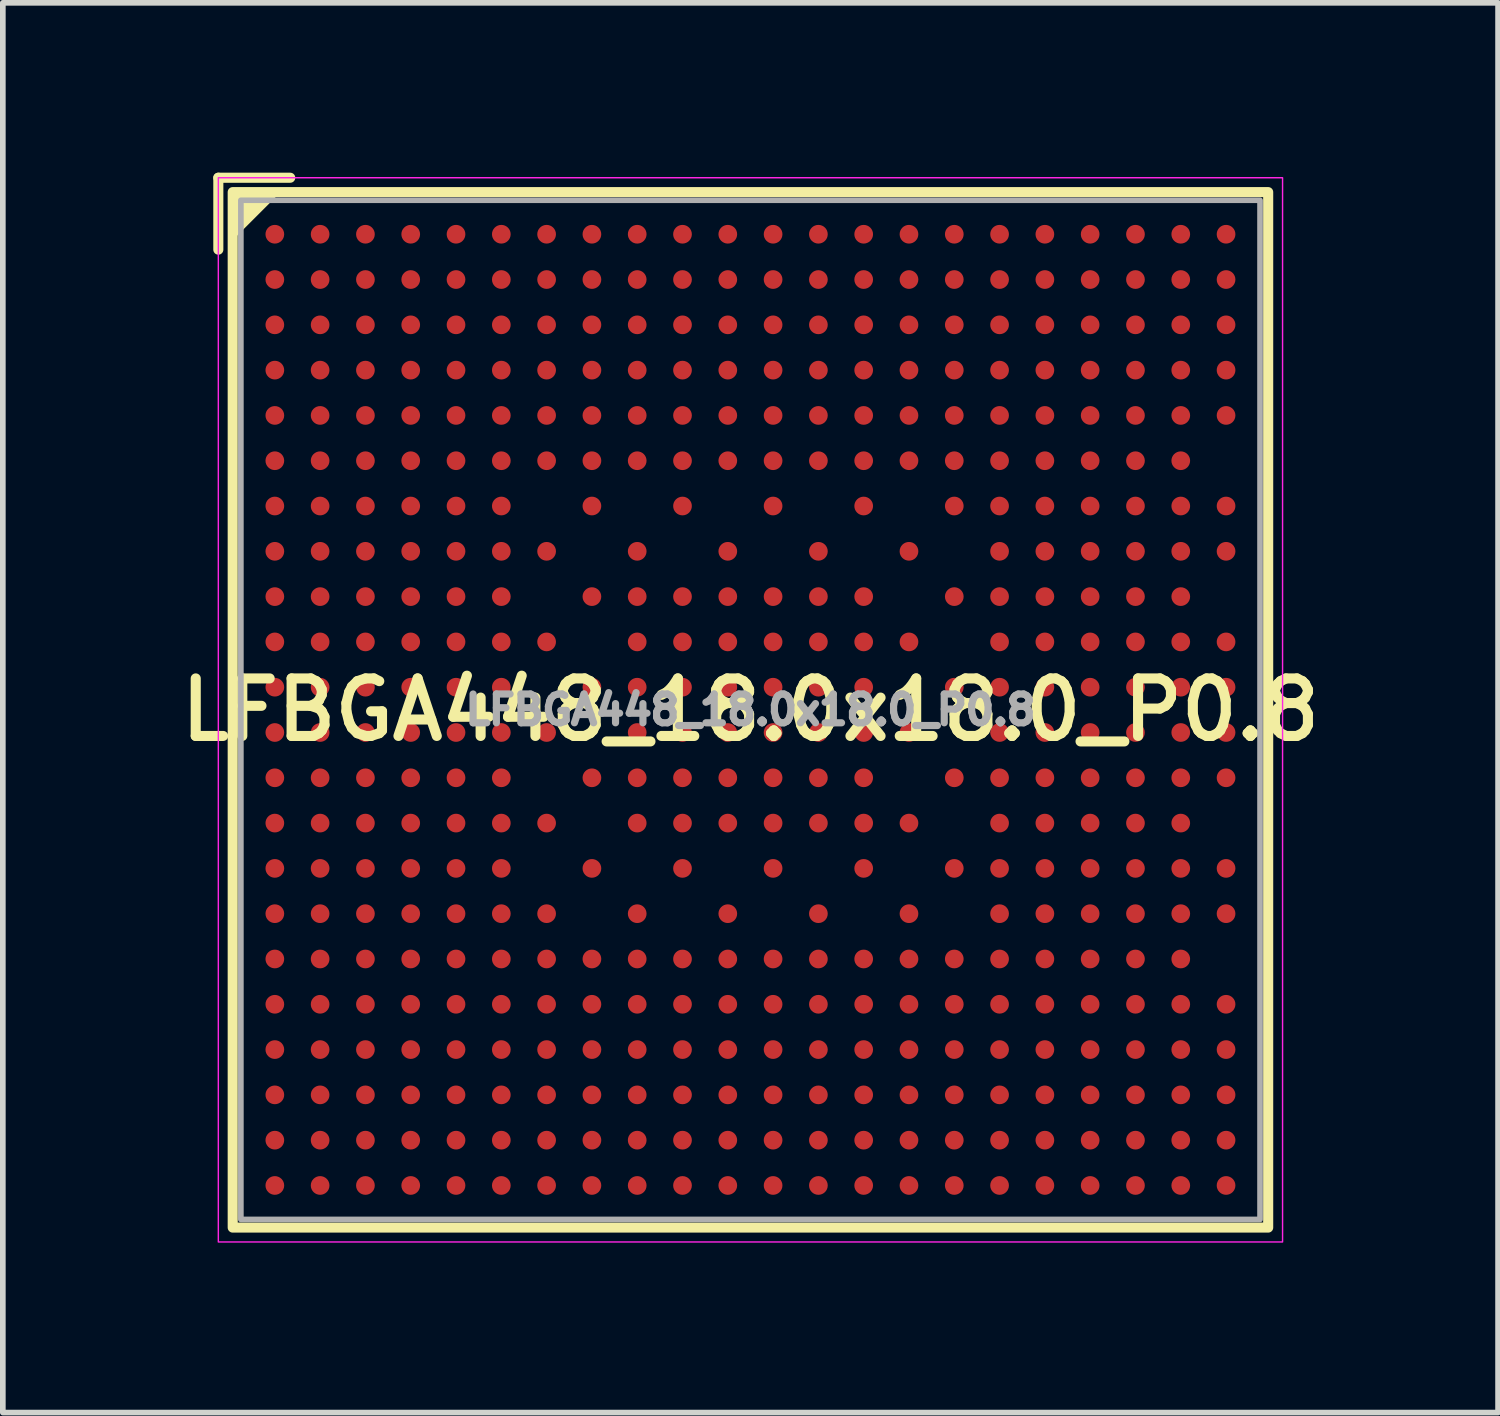
<source format=kicad_pcb>
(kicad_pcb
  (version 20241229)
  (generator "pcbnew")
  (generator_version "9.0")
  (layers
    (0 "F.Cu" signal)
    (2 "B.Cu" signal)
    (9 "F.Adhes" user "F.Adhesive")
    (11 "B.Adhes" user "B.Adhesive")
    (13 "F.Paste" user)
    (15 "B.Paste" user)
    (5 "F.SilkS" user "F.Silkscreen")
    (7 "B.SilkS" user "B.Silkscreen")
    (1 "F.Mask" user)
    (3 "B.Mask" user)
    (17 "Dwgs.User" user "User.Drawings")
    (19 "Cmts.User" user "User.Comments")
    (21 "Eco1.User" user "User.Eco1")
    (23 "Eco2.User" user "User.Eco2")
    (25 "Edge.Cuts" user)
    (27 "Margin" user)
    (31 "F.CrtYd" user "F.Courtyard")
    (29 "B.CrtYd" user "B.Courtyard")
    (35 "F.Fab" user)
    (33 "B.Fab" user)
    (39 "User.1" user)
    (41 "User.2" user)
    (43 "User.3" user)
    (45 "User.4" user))
  (footprint "LFBGA448_18.0x18.0_P0.8"
    (layer "F.Cu")
    (at 10.204 9.487)
    (property "Reference" "LFBGA448_18.0x18.0_P0.8" (at 0 0 0) (layer "F.SilkS") (effects (font (size 1.016 1.016) (thickness 0.178))))
    (attr smd)
    (fp_line (start -9.398 -8.128) (end -9.398 -9.398) (stroke (width 0.178) (type solid)) (layer "F.SilkS"))
    (fp_line (start -8.128 -9.398) (end -9.398 -9.398) (stroke (width 0.178) (type solid)) (layer "F.SilkS"))
    (fp_rect (start -9.144 9.144) (end 9.144 -9.144) (stroke (width 0.178) (type solid)) (fill no) (layer "F.SilkS"))
    (fp_poly (pts (xy -9.144 -8.382) (xy -9.144 -9.144) (xy -8.382 -9.144)) (stroke (width 0.12) (type solid)) (fill yes) (layer "F.SilkS"))
    (fp_rect (start 9.398 -9.398) (end -9.398 9.398) (stroke (width 0.025) (type solid)) (fill no) (layer "F.CrtYd"))
    (fp_rect (start -9 9) (end 9 -9) (stroke (width 0.1) (type solid)) (fill no) (layer "F.Fab"))
    (fp_text user "${REFERENCE}" (at 0 0 0) (layer "F.Fab") (effects (font (size 0.508 0.508) (thickness 0.127))))
    (pad "A1" smd circle (at -8.4 -8.4) (size 0.33 0.33) (layers "F.Cu" "F.Mask" "F.Paste"))
    (pad "A2" smd circle (at -7.6 -8.4) (size 0.33 0.33) (layers "F.Cu" "F.Mask" "F.Paste"))
    (pad "A3" smd circle (at -6.8 -8.4) (size 0.33 0.33) (layers "F.Cu" "F.Mask" "F.Paste"))
    (pad "A4" smd circle (at -6 -8.4) (size 0.33 0.33) (layers "F.Cu" "F.Mask" "F.Paste"))
    (pad "A5" smd circle (at -5.2 -8.4) (size 0.33 0.33) (layers "F.Cu" "F.Mask" "F.Paste"))
    (pad "A6" smd circle (at -4.4 -8.4) (size 0.33 0.33) (layers "F.Cu" "F.Mask" "F.Paste"))
    (pad "A7" smd circle (at -3.6 -8.4) (size 0.33 0.33) (layers "F.Cu" "F.Mask" "F.Paste"))
    (pad "A8" smd circle (at -2.8 -8.4) (size 0.33 0.33) (layers "F.Cu" "F.Mask" "F.Paste"))
    (pad "A9" smd circle (at -2 -8.4) (size 0.33 0.33) (layers "F.Cu" "F.Mask" "F.Paste"))
    (pad "A10" smd circle (at -1.2 -8.4) (size 0.33 0.33) (layers "F.Cu" "F.Mask" "F.Paste"))
    (pad "A11" smd circle (at -0.4 -8.4) (size 0.33 0.33) (layers "F.Cu" "F.Mask" "F.Paste"))
    (pad "A12" smd circle (at 0.4 -8.4) (size 0.33 0.33) (layers "F.Cu" "F.Mask" "F.Paste"))
    (pad "A13" smd circle (at 1.2 -8.4) (size 0.33 0.33) (layers "F.Cu" "F.Mask" "F.Paste"))
    (pad "A14" smd circle (at 2 -8.4) (size 0.33 0.33) (layers "F.Cu" "F.Mask" "F.Paste"))
    (pad "A15" smd circle (at 2.8 -8.4) (size 0.33 0.33) (layers "F.Cu" "F.Mask" "F.Paste"))
    (pad "A16" smd circle (at 3.6 -8.4) (size 0.33 0.33) (layers "F.Cu" "F.Mask" "F.Paste"))
    (pad "A17" smd circle (at 4.4 -8.4) (size 0.33 0.33) (layers "F.Cu" "F.Mask" "F.Paste"))
    (pad "A18" smd circle (at 5.2 -8.4) (size 0.33 0.33) (layers "F.Cu" "F.Mask" "F.Paste"))
    (pad "A19" smd circle (at 6 -8.4) (size 0.33 0.33) (layers "F.Cu" "F.Mask" "F.Paste"))
    (pad "A20" smd circle (at 6.8 -8.4) (size 0.33 0.33) (layers "F.Cu" "F.Mask" "F.Paste"))
    (pad "A21" smd circle (at 7.6 -8.4) (size 0.33 0.33) (layers "F.Cu" "F.Mask" "F.Paste"))
    (pad "A22" smd circle (at 8.4 -8.4) (size 0.33 0.33) (layers "F.Cu" "F.Mask" "F.Paste"))
    (pad "AA1" smd circle (at -8.4 7.6) (size 0.33 0.33) (layers "F.Cu" "F.Mask" "F.Paste"))
    (pad "AA2" smd circle (at -7.6 7.6) (size 0.33 0.33) (layers "F.Cu" "F.Mask" "F.Paste"))
    (pad "AA3" smd circle (at -6.8 7.6) (size 0.33 0.33) (layers "F.Cu" "F.Mask" "F.Paste"))
    (pad "AA4" smd circle (at -6 7.6) (size 0.33 0.33) (layers "F.Cu" "F.Mask" "F.Paste"))
    (pad "AA5" smd circle (at -5.2 7.6) (size 0.33 0.33) (layers "F.Cu" "F.Mask" "F.Paste"))
    (pad "AA6" smd circle (at -4.4 7.6) (size 0.33 0.33) (layers "F.Cu" "F.Mask" "F.Paste"))
    (pad "AA7" smd circle (at -3.6 7.6) (size 0.33 0.33) (layers "F.Cu" "F.Mask" "F.Paste"))
    (pad "AA8" smd circle (at -2.8 7.6) (size 0.33 0.33) (layers "F.Cu" "F.Mask" "F.Paste"))
    (pad "AA9" smd circle (at -2 7.6) (size 0.33 0.33) (layers "F.Cu" "F.Mask" "F.Paste"))
    (pad "AA10" smd circle (at -1.2 7.6) (size 0.33 0.33) (layers "F.Cu" "F.Mask" "F.Paste"))
    (pad "AA11" smd circle (at -0.4 7.6) (size 0.33 0.33) (layers "F.Cu" "F.Mask" "F.Paste"))
    (pad "AA12" smd circle (at 0.4 7.6) (size 0.33 0.33) (layers "F.Cu" "F.Mask" "F.Paste"))
    (pad "AA13" smd circle (at 1.2 7.6) (size 0.33 0.33) (layers "F.Cu" "F.Mask" "F.Paste"))
    (pad "AA14" smd circle (at 2 7.6) (size 0.33 0.33) (layers "F.Cu" "F.Mask" "F.Paste"))
    (pad "AA15" smd circle (at 2.8 7.6) (size 0.33 0.33) (layers "F.Cu" "F.Mask" "F.Paste"))
    (pad "AA16" smd circle (at 3.6 7.6) (size 0.33 0.33) (layers "F.Cu" "F.Mask" "F.Paste"))
    (pad "AA17" smd circle (at 4.4 7.6) (size 0.33 0.33) (layers "F.Cu" "F.Mask" "F.Paste"))
    (pad "AA18" smd circle (at 5.2 7.6) (size 0.33 0.33) (layers "F.Cu" "F.Mask" "F.Paste"))
    (pad "AA19" smd circle (at 6 7.6) (size 0.33 0.33) (layers "F.Cu" "F.Mask" "F.Paste"))
    (pad "AA20" smd circle (at 6.8 7.6) (size 0.33 0.33) (layers "F.Cu" "F.Mask" "F.Paste"))
    (pad "AA21" smd circle (at 7.6 7.6) (size 0.33 0.33) (layers "F.Cu" "F.Mask" "F.Paste"))
    (pad "AA22" smd circle (at 8.4 7.6) (size 0.33 0.33) (layers "F.Cu" "F.Mask" "F.Paste"))
    (pad "AB1" smd circle (at -8.4 8.4) (size 0.33 0.33) (layers "F.Cu" "F.Mask" "F.Paste"))
    (pad "AB2" smd circle (at -7.6 8.4) (size 0.33 0.33) (layers "F.Cu" "F.Mask" "F.Paste"))
    (pad "AB3" smd circle (at -6.8 8.4) (size 0.33 0.33) (layers "F.Cu" "F.Mask" "F.Paste"))
    (pad "AB4" smd circle (at -6 8.4) (size 0.33 0.33) (layers "F.Cu" "F.Mask" "F.Paste"))
    (pad "AB5" smd circle (at -5.2 8.4) (size 0.33 0.33) (layers "F.Cu" "F.Mask" "F.Paste"))
    (pad "AB6" smd circle (at -4.4 8.4) (size 0.33 0.33) (layers "F.Cu" "F.Mask" "F.Paste"))
    (pad "AB7" smd circle (at -3.6 8.4) (size 0.33 0.33) (layers "F.Cu" "F.Mask" "F.Paste"))
    (pad "AB8" smd circle (at -2.8 8.4) (size 0.33 0.33) (layers "F.Cu" "F.Mask" "F.Paste"))
    (pad "AB9" smd circle (at -2 8.4) (size 0.33 0.33) (layers "F.Cu" "F.Mask" "F.Paste"))
    (pad "AB10" smd circle (at -1.2 8.4) (size 0.33 0.33) (layers "F.Cu" "F.Mask" "F.Paste"))
    (pad "AB11" smd circle (at -0.4 8.4) (size 0.33 0.33) (layers "F.Cu" "F.Mask" "F.Paste"))
    (pad "AB12" smd circle (at 0.4 8.4) (size 0.33 0.33) (layers "F.Cu" "F.Mask" "F.Paste"))
    (pad "AB13" smd circle (at 1.2 8.4) (size 0.33 0.33) (layers "F.Cu" "F.Mask" "F.Paste"))
    (pad "AB14" smd circle (at 2 8.4) (size 0.33 0.33) (layers "F.Cu" "F.Mask" "F.Paste"))
    (pad "AB15" smd circle (at 2.8 8.4) (size 0.33 0.33) (layers "F.Cu" "F.Mask" "F.Paste"))
    (pad "AB16" smd circle (at 3.6 8.4) (size 0.33 0.33) (layers "F.Cu" "F.Mask" "F.Paste"))
    (pad "AB17" smd circle (at 4.4 8.4) (size 0.33 0.33) (layers "F.Cu" "F.Mask" "F.Paste"))
    (pad "AB18" smd circle (at 5.2 8.4) (size 0.33 0.33) (layers "F.Cu" "F.Mask" "F.Paste"))
    (pad "AB19" smd circle (at 6 8.4) (size 0.33 0.33) (layers "F.Cu" "F.Mask" "F.Paste"))
    (pad "AB20" smd circle (at 6.8 8.4) (size 0.33 0.33) (layers "F.Cu" "F.Mask" "F.Paste"))
    (pad "AB21" smd circle (at 7.6 8.4) (size 0.33 0.33) (layers "F.Cu" "F.Mask" "F.Paste"))
    (pad "AB22" smd circle (at 8.4 8.4) (size 0.33 0.33) (layers "F.Cu" "F.Mask" "F.Paste"))
    (pad "B1" smd circle (at -8.4 -7.6) (size 0.33 0.33) (layers "F.Cu" "F.Mask" "F.Paste"))
    (pad "B2" smd circle (at -7.6 -7.6) (size 0.33 0.33) (layers "F.Cu" "F.Mask" "F.Paste"))
    (pad "B3" smd circle (at -6.8 -7.6) (size 0.33 0.33) (layers "F.Cu" "F.Mask" "F.Paste"))
    (pad "B4" smd circle (at -6 -7.6) (size 0.33 0.33) (layers "F.Cu" "F.Mask" "F.Paste"))
    (pad "B5" smd circle (at -5.2 -7.6) (size 0.33 0.33) (layers "F.Cu" "F.Mask" "F.Paste"))
    (pad "B6" smd circle (at -4.4 -7.6) (size 0.33 0.33) (layers "F.Cu" "F.Mask" "F.Paste"))
    (pad "B7" smd circle (at -3.6 -7.6) (size 0.33 0.33) (layers "F.Cu" "F.Mask" "F.Paste"))
    (pad "B8" smd circle (at -2.8 -7.6) (size 0.33 0.33) (layers "F.Cu" "F.Mask" "F.Paste"))
    (pad "B9" smd circle (at -2 -7.6) (size 0.33 0.33) (layers "F.Cu" "F.Mask" "F.Paste"))
    (pad "B10" smd circle (at -1.2 -7.6) (size 0.33 0.33) (layers "F.Cu" "F.Mask" "F.Paste"))
    (pad "B11" smd circle (at -0.4 -7.6) (size 0.33 0.33) (layers "F.Cu" "F.Mask" "F.Paste"))
    (pad "B12" smd circle (at 0.4 -7.6) (size 0.33 0.33) (layers "F.Cu" "F.Mask" "F.Paste"))
    (pad "B13" smd circle (at 1.2 -7.6) (size 0.33 0.33) (layers "F.Cu" "F.Mask" "F.Paste"))
    (pad "B14" smd circle (at 2 -7.6) (size 0.33 0.33) (layers "F.Cu" "F.Mask" "F.Paste"))
    (pad "B15" smd circle (at 2.8 -7.6) (size 0.33 0.33) (layers "F.Cu" "F.Mask" "F.Paste"))
    (pad "B16" smd circle (at 3.6 -7.6) (size 0.33 0.33) (layers "F.Cu" "F.Mask" "F.Paste"))
    (pad "B17" smd circle (at 4.4 -7.6) (size 0.33 0.33) (layers "F.Cu" "F.Mask" "F.Paste"))
    (pad "B18" smd circle (at 5.2 -7.6) (size 0.33 0.33) (layers "F.Cu" "F.Mask" "F.Paste"))
    (pad "B19" smd circle (at 6 -7.6) (size 0.33 0.33) (layers "F.Cu" "F.Mask" "F.Paste"))
    (pad "B20" smd circle (at 6.8 -7.6) (size 0.33 0.33) (layers "F.Cu" "F.Mask" "F.Paste"))
    (pad "B21" smd circle (at 7.6 -7.6) (size 0.33 0.33) (layers "F.Cu" "F.Mask" "F.Paste"))
    (pad "B22" smd circle (at 8.4 -7.6) (size 0.33 0.33) (layers "F.Cu" "F.Mask" "F.Paste"))
    (pad "C1" smd circle (at -8.4 -6.8) (size 0.33 0.33) (layers "F.Cu" "F.Mask" "F.Paste"))
    (pad "C2" smd circle (at -7.6 -6.8) (size 0.33 0.33) (layers "F.Cu" "F.Mask" "F.Paste"))
    (pad "C3" smd circle (at -6.8 -6.8) (size 0.33 0.33) (layers "F.Cu" "F.Mask" "F.Paste"))
    (pad "C4" smd circle (at -6 -6.8) (size 0.33 0.33) (layers "F.Cu" "F.Mask" "F.Paste"))
    (pad "C5" smd circle (at -5.2 -6.8) (size 0.33 0.33) (layers "F.Cu" "F.Mask" "F.Paste"))
    (pad "C6" smd circle (at -4.4 -6.8) (size 0.33 0.33) (layers "F.Cu" "F.Mask" "F.Paste"))
    (pad "C7" smd circle (at -3.6 -6.8) (size 0.33 0.33) (layers "F.Cu" "F.Mask" "F.Paste"))
    (pad "C8" smd circle (at -2.8 -6.8) (size 0.33 0.33) (layers "F.Cu" "F.Mask" "F.Paste"))
    (pad "C9" smd circle (at -2 -6.8) (size 0.33 0.33) (layers "F.Cu" "F.Mask" "F.Paste"))
    (pad "C10" smd circle (at -1.2 -6.8) (size 0.33 0.33) (layers "F.Cu" "F.Mask" "F.Paste"))
    (pad "C11" smd circle (at -0.4 -6.8) (size 0.33 0.33) (layers "F.Cu" "F.Mask" "F.Paste"))
    (pad "C12" smd circle (at 0.4 -6.8) (size 0.33 0.33) (layers "F.Cu" "F.Mask" "F.Paste"))
    (pad "C13" smd circle (at 1.2 -6.8) (size 0.33 0.33) (layers "F.Cu" "F.Mask" "F.Paste"))
    (pad "C14" smd circle (at 2 -6.8) (size 0.33 0.33) (layers "F.Cu" "F.Mask" "F.Paste"))
    (pad "C15" smd circle (at 2.8 -6.8) (size 0.33 0.33) (layers "F.Cu" "F.Mask" "F.Paste"))
    (pad "C16" smd circle (at 3.6 -6.8) (size 0.33 0.33) (layers "F.Cu" "F.Mask" "F.Paste"))
    (pad "C17" smd circle (at 4.4 -6.8) (size 0.33 0.33) (layers "F.Cu" "F.Mask" "F.Paste"))
    (pad "C18" smd circle (at 5.2 -6.8) (size 0.33 0.33) (layers "F.Cu" "F.Mask" "F.Paste"))
    (pad "C19" smd circle (at 6 -6.8) (size 0.33 0.33) (layers "F.Cu" "F.Mask" "F.Paste"))
    (pad "C20" smd circle (at 6.8 -6.8) (size 0.33 0.33) (layers "F.Cu" "F.Mask" "F.Paste"))
    (pad "C21" smd circle (at 7.6 -6.8) (size 0.33 0.33) (layers "F.Cu" "F.Mask" "F.Paste"))
    (pad "C22" smd circle (at 8.4 -6.8) (size 0.33 0.33) (layers "F.Cu" "F.Mask" "F.Paste"))
    (pad "D1" smd circle (at -8.4 -6) (size 0.33 0.33) (layers "F.Cu" "F.Mask" "F.Paste"))
    (pad "D2" smd circle (at -7.6 -6) (size 0.33 0.33) (layers "F.Cu" "F.Mask" "F.Paste"))
    (pad "D3" smd circle (at -6.8 -6) (size 0.33 0.33) (layers "F.Cu" "F.Mask" "F.Paste"))
    (pad "D4" smd circle (at -6 -6) (size 0.33 0.33) (layers "F.Cu" "F.Mask" "F.Paste"))
    (pad "D5" smd circle (at -5.2 -6) (size 0.33 0.33) (layers "F.Cu" "F.Mask" "F.Paste"))
    (pad "D6" smd circle (at -4.4 -6) (size 0.33 0.33) (layers "F.Cu" "F.Mask" "F.Paste"))
    (pad "D7" smd circle (at -3.6 -6) (size 0.33 0.33) (layers "F.Cu" "F.Mask" "F.Paste"))
    (pad "D8" smd circle (at -2.8 -6) (size 0.33 0.33) (layers "F.Cu" "F.Mask" "F.Paste"))
    (pad "D9" smd circle (at -2 -6) (size 0.33 0.33) (layers "F.Cu" "F.Mask" "F.Paste"))
    (pad "D10" smd circle (at -1.2 -6) (size 0.33 0.33) (layers "F.Cu" "F.Mask" "F.Paste"))
    (pad "D11" smd circle (at -0.4 -6) (size 0.33 0.33) (layers "F.Cu" "F.Mask" "F.Paste"))
    (pad "D12" smd circle (at 0.4 -6) (size 0.33 0.33) (layers "F.Cu" "F.Mask" "F.Paste"))
    (pad "D13" smd circle (at 1.2 -6) (size 0.33 0.33) (layers "F.Cu" "F.Mask" "F.Paste"))
    (pad "D14" smd circle (at 2 -6) (size 0.33 0.33) (layers "F.Cu" "F.Mask" "F.Paste"))
    (pad "D15" smd circle (at 2.8 -6) (size 0.33 0.33) (layers "F.Cu" "F.Mask" "F.Paste"))
    (pad "D16" smd circle (at 3.6 -6) (size 0.33 0.33) (layers "F.Cu" "F.Mask" "F.Paste"))
    (pad "D17" smd circle (at 4.4 -6) (size 0.33 0.33) (layers "F.Cu" "F.Mask" "F.Paste"))
    (pad "D18" smd circle (at 5.2 -6) (size 0.33 0.33) (layers "F.Cu" "F.Mask" "F.Paste"))
    (pad "D19" smd circle (at 6 -6) (size 0.33 0.33) (layers "F.Cu" "F.Mask" "F.Paste"))
    (pad "D20" smd circle (at 6.8 -6) (size 0.33 0.33) (layers "F.Cu" "F.Mask" "F.Paste"))
    (pad "D21" smd circle (at 7.6 -6) (size 0.33 0.33) (layers "F.Cu" "F.Mask" "F.Paste"))
    (pad "D22" smd circle (at 8.4 -6) (size 0.33 0.33) (layers "F.Cu" "F.Mask" "F.Paste"))
    (pad "E1" smd circle (at -8.4 -5.2) (size 0.33 0.33) (layers "F.Cu" "F.Mask" "F.Paste"))
    (pad "E2" smd circle (at -7.6 -5.2) (size 0.33 0.33) (layers "F.Cu" "F.Mask" "F.Paste"))
    (pad "E3" smd circle (at -6.8 -5.2) (size 0.33 0.33) (layers "F.Cu" "F.Mask" "F.Paste"))
    (pad "E4" smd circle (at -6 -5.2) (size 0.33 0.33) (layers "F.Cu" "F.Mask" "F.Paste"))
    (pad "E5" smd circle (at -5.2 -5.2) (size 0.33 0.33) (layers "F.Cu" "F.Mask" "F.Paste"))
    (pad "E6" smd circle (at -4.4 -5.2) (size 0.33 0.33) (layers "F.Cu" "F.Mask" "F.Paste"))
    (pad "E7" smd circle (at -3.6 -5.2) (size 0.33 0.33) (layers "F.Cu" "F.Mask" "F.Paste"))
    (pad "E8" smd circle (at -2.8 -5.2) (size 0.33 0.33) (layers "F.Cu" "F.Mask" "F.Paste"))
    (pad "E9" smd circle (at -2 -5.2) (size 0.33 0.33) (layers "F.Cu" "F.Mask" "F.Paste"))
    (pad "E10" smd circle (at -1.2 -5.2) (size 0.33 0.33) (layers "F.Cu" "F.Mask" "F.Paste"))
    (pad "E11" smd circle (at -0.4 -5.2) (size 0.33 0.33) (layers "F.Cu" "F.Mask" "F.Paste"))
    (pad "E12" smd circle (at 0.4 -5.2) (size 0.33 0.33) (layers "F.Cu" "F.Mask" "F.Paste"))
    (pad "E13" smd circle (at 1.2 -5.2) (size 0.33 0.33) (layers "F.Cu" "F.Mask" "F.Paste"))
    (pad "E14" smd circle (at 2 -5.2) (size 0.33 0.33) (layers "F.Cu" "F.Mask" "F.Paste"))
    (pad "E15" smd circle (at 2.8 -5.2) (size 0.33 0.33) (layers "F.Cu" "F.Mask" "F.Paste"))
    (pad "E16" smd circle (at 3.6 -5.2) (size 0.33 0.33) (layers "F.Cu" "F.Mask" "F.Paste"))
    (pad "E17" smd circle (at 4.4 -5.2) (size 0.33 0.33) (layers "F.Cu" "F.Mask" "F.Paste"))
    (pad "E18" smd circle (at 5.2 -5.2) (size 0.33 0.33) (layers "F.Cu" "F.Mask" "F.Paste"))
    (pad "E19" smd circle (at 6 -5.2) (size 0.33 0.33) (layers "F.Cu" "F.Mask" "F.Paste"))
    (pad "E20" smd circle (at 6.8 -5.2) (size 0.33 0.33) (layers "F.Cu" "F.Mask" "F.Paste"))
    (pad "E21" smd circle (at 7.6 -5.2) (size 0.33 0.33) (layers "F.Cu" "F.Mask" "F.Paste"))
    (pad "E22" smd circle (at 8.4 -5.2) (size 0.33 0.33) (layers "F.Cu" "F.Mask" "F.Paste"))
    (pad "F1" smd circle (at -8.4 -4.4) (size 0.33 0.33) (layers "F.Cu" "F.Mask" "F.Paste"))
    (pad "F2" smd circle (at -7.6 -4.4) (size 0.33 0.33) (layers "F.Cu" "F.Mask" "F.Paste"))
    (pad "F3" smd circle (at -6.8 -4.4) (size 0.33 0.33) (layers "F.Cu" "F.Mask" "F.Paste"))
    (pad "F4" smd circle (at -6 -4.4) (size 0.33 0.33) (layers "F.Cu" "F.Mask" "F.Paste"))
    (pad "F5" smd circle (at -5.2 -4.4) (size 0.33 0.33) (layers "F.Cu" "F.Mask" "F.Paste"))
    (pad "F6" smd circle (at -4.4 -4.4) (size 0.33 0.33) (layers "F.Cu" "F.Mask" "F.Paste"))
    (pad "F7" smd circle (at -3.6 -4.4) (size 0.33 0.33) (layers "F.Cu" "F.Mask" "F.Paste"))
    (pad "F8" smd circle (at -2.8 -4.4) (size 0.33 0.33) (layers "F.Cu" "F.Mask" "F.Paste"))
    (pad "F9" smd circle (at -2 -4.4) (size 0.33 0.33) (layers "F.Cu" "F.Mask" "F.Paste"))
    (pad "F10" smd circle (at -1.2 -4.4) (size 0.33 0.33) (layers "F.Cu" "F.Mask" "F.Paste"))
    (pad "F11" smd circle (at -0.4 -4.4) (size 0.33 0.33) (layers "F.Cu" "F.Mask" "F.Paste"))
    (pad "F12" smd circle (at 0.4 -4.4) (size 0.33 0.33) (layers "F.Cu" "F.Mask" "F.Paste"))
    (pad "F13" smd circle (at 1.2 -4.4) (size 0.33 0.33) (layers "F.Cu" "F.Mask" "F.Paste"))
    (pad "F14" smd circle (at 2 -4.4) (size 0.33 0.33) (layers "F.Cu" "F.Mask" "F.Paste"))
    (pad "F15" smd circle (at 2.8 -4.4) (size 0.33 0.33) (layers "F.Cu" "F.Mask" "F.Paste"))
    (pad "F16" smd circle (at 3.6 -4.4) (size 0.33 0.33) (layers "F.Cu" "F.Mask" "F.Paste"))
    (pad "F17" smd circle (at 4.4 -4.4) (size 0.33 0.33) (layers "F.Cu" "F.Mask" "F.Paste"))
    (pad "F18" smd circle (at 5.2 -4.4) (size 0.33 0.33) (layers "F.Cu" "F.Mask" "F.Paste"))
    (pad "F19" smd circle (at 6 -4.4) (size 0.33 0.33) (layers "F.Cu" "F.Mask" "F.Paste"))
    (pad "F20" smd circle (at 6.8 -4.4) (size 0.33 0.33) (layers "F.Cu" "F.Mask" "F.Paste"))
    (pad "F21" smd circle (at 7.6 -4.4) (size 0.33 0.33) (layers "F.Cu" "F.Mask" "F.Paste"))
    (pad "G1" smd circle (at -8.4 -3.6) (size 0.33 0.33) (layers "F.Cu" "F.Mask" "F.Paste"))
    (pad "G2" smd circle (at -7.6 -3.6) (size 0.33 0.33) (layers "F.Cu" "F.Mask" "F.Paste"))
    (pad "G3" smd circle (at -6.8 -3.6) (size 0.33 0.33) (layers "F.Cu" "F.Mask" "F.Paste"))
    (pad "G4" smd circle (at -6 -3.6) (size 0.33 0.33) (layers "F.Cu" "F.Mask" "F.Paste"))
    (pad "G5" smd circle (at -5.2 -3.6) (size 0.33 0.33) (layers "F.Cu" "F.Mask" "F.Paste"))
    (pad "G6" smd circle (at -4.4 -3.6) (size 0.33 0.33) (layers "F.Cu" "F.Mask" "F.Paste"))
    (pad "G8" smd circle (at -2.8 -3.6) (size 0.33 0.33) (layers "F.Cu" "F.Mask" "F.Paste"))
    (pad "G10" smd circle (at -1.2 -3.6) (size 0.33 0.33) (layers "F.Cu" "F.Mask" "F.Paste"))
    (pad "G12" smd circle (at 0.4 -3.6) (size 0.33 0.33) (layers "F.Cu" "F.Mask" "F.Paste"))
    (pad "G14" smd circle (at 2 -3.6) (size 0.33 0.33) (layers "F.Cu" "F.Mask" "F.Paste"))
    (pad "G16" smd circle (at 3.6 -3.6) (size 0.33 0.33) (layers "F.Cu" "F.Mask" "F.Paste"))
    (pad "G17" smd circle (at 4.4 -3.6) (size 0.33 0.33) (layers "F.Cu" "F.Mask" "F.Paste"))
    (pad "G18" smd circle (at 5.2 -3.6) (size 0.33 0.33) (layers "F.Cu" "F.Mask" "F.Paste"))
    (pad "G19" smd circle (at 6 -3.6) (size 0.33 0.33) (layers "F.Cu" "F.Mask" "F.Paste"))
    (pad "G20" smd circle (at 6.8 -3.6) (size 0.33 0.33) (layers "F.Cu" "F.Mask" "F.Paste"))
    (pad "G21" smd circle (at 7.6 -3.6) (size 0.33 0.33) (layers "F.Cu" "F.Mask" "F.Paste"))
    (pad "G22" smd circle (at 8.4 -3.6) (size 0.33 0.33) (layers "F.Cu" "F.Mask" "F.Paste"))
    (pad "H1" smd circle (at -8.4 -2.8) (size 0.33 0.33) (layers "F.Cu" "F.Mask" "F.Paste"))
    (pad "H2" smd circle (at -7.6 -2.8) (size 0.33 0.33) (layers "F.Cu" "F.Mask" "F.Paste"))
    (pad "H3" smd circle (at -6.8 -2.8) (size 0.33 0.33) (layers "F.Cu" "F.Mask" "F.Paste"))
    (pad "H4" smd circle (at -6 -2.8) (size 0.33 0.33) (layers "F.Cu" "F.Mask" "F.Paste"))
    (pad "H5" smd circle (at -5.2 -2.8) (size 0.33 0.33) (layers "F.Cu" "F.Mask" "F.Paste"))
    (pad "H6" smd circle (at -4.4 -2.8) (size 0.33 0.33) (layers "F.Cu" "F.Mask" "F.Paste"))
    (pad "H7" smd circle (at -3.6 -2.8) (size 0.33 0.33) (layers "F.Cu" "F.Mask" "F.Paste"))
    (pad "H9" smd circle (at -2 -2.8) (size 0.33 0.33) (layers "F.Cu" "F.Mask" "F.Paste"))
    (pad "H11" smd circle (at -0.4 -2.8) (size 0.33 0.33) (layers "F.Cu" "F.Mask" "F.Paste"))
    (pad "H13" smd circle (at 1.2 -2.8) (size 0.33 0.33) (layers "F.Cu" "F.Mask" "F.Paste"))
    (pad "H15" smd circle (at 2.8 -2.8) (size 0.33 0.33) (layers "F.Cu" "F.Mask" "F.Paste"))
    (pad "H17" smd circle (at 4.4 -2.8) (size 0.33 0.33) (layers "F.Cu" "F.Mask" "F.Paste"))
    (pad "H18" smd circle (at 5.2 -2.8) (size 0.33 0.33) (layers "F.Cu" "F.Mask" "F.Paste"))
    (pad "H19" smd circle (at 6 -2.8) (size 0.33 0.33) (layers "F.Cu" "F.Mask" "F.Paste"))
    (pad "H20" smd circle (at 6.8 -2.8) (size 0.33 0.33) (layers "F.Cu" "F.Mask" "F.Paste"))
    (pad "H21" smd circle (at 7.6 -2.8) (size 0.33 0.33) (layers "F.Cu" "F.Mask" "F.Paste"))
    (pad "H22" smd circle (at 8.4 -2.8) (size 0.33 0.33) (layers "F.Cu" "F.Mask" "F.Paste"))
    (pad "J1" smd circle (at -8.4 -2) (size 0.33 0.33) (layers "F.Cu" "F.Mask" "F.Paste"))
    (pad "J2" smd circle (at -7.6 -2) (size 0.33 0.33) (layers "F.Cu" "F.Mask" "F.Paste"))
    (pad "J3" smd circle (at -6.8 -2) (size 0.33 0.33) (layers "F.Cu" "F.Mask" "F.Paste"))
    (pad "J4" smd circle (at -6 -2) (size 0.33 0.33) (layers "F.Cu" "F.Mask" "F.Paste"))
    (pad "J5" smd circle (at -5.2 -2) (size 0.33 0.33) (layers "F.Cu" "F.Mask" "F.Paste"))
    (pad "J6" smd circle (at -4.4 -2) (size 0.33 0.33) (layers "F.Cu" "F.Mask" "F.Paste"))
    (pad "J8" smd circle (at -2.8 -2) (size 0.33 0.33) (layers "F.Cu" "F.Mask" "F.Paste"))
    (pad "J9" smd circle (at -2 -2) (size 0.33 0.33) (layers "F.Cu" "F.Mask" "F.Paste"))
    (pad "J10" smd circle (at -1.2 -2) (size 0.33 0.33) (layers "F.Cu" "F.Mask" "F.Paste"))
    (pad "J11" smd circle (at -0.4 -2) (size 0.33 0.33) (layers "F.Cu" "F.Mask" "F.Paste"))
    (pad "J12" smd circle (at 0.4 -2) (size 0.33 0.33) (layers "F.Cu" "F.Mask" "F.Paste"))
    (pad "J13" smd circle (at 1.2 -2) (size 0.33 0.33) (layers "F.Cu" "F.Mask" "F.Paste"))
    (pad "J14" smd circle (at 2 -2) (size 0.33 0.33) (layers "F.Cu" "F.Mask" "F.Paste"))
    (pad "J16" smd circle (at 3.6 -2) (size 0.33 0.33) (layers "F.Cu" "F.Mask" "F.Paste"))
    (pad "J17" smd circle (at 4.4 -2) (size 0.33 0.33) (layers "F.Cu" "F.Mask" "F.Paste"))
    (pad "J18" smd circle (at 5.2 -2) (size 0.33 0.33) (layers "F.Cu" "F.Mask" "F.Paste"))
    (pad "J19" smd circle (at 6 -2) (size 0.33 0.33) (layers "F.Cu" "F.Mask" "F.Paste"))
    (pad "J20" smd circle (at 6.8 -2) (size 0.33 0.33) (layers "F.Cu" "F.Mask" "F.Paste"))
    (pad "J21" smd circle (at 7.6 -2) (size 0.33 0.33) (layers "F.Cu" "F.Mask" "F.Paste"))
    (pad "K1" smd circle (at -8.4 -1.2) (size 0.33 0.33) (layers "F.Cu" "F.Mask" "F.Paste"))
    (pad "K2" smd circle (at -7.6 -1.2) (size 0.33 0.33) (layers "F.Cu" "F.Mask" "F.Paste"))
    (pad "K3" smd circle (at -6.8 -1.2) (size 0.33 0.33) (layers "F.Cu" "F.Mask" "F.Paste"))
    (pad "K4" smd circle (at -6 -1.2) (size 0.33 0.33) (layers "F.Cu" "F.Mask" "F.Paste"))
    (pad "K5" smd circle (at -5.2 -1.2) (size 0.33 0.33) (layers "F.Cu" "F.Mask" "F.Paste"))
    (pad "K6" smd circle (at -4.4 -1.2) (size 0.33 0.33) (layers "F.Cu" "F.Mask" "F.Paste"))
    (pad "K7" smd circle (at -3.6 -1.2) (size 0.33 0.33) (layers "F.Cu" "F.Mask" "F.Paste"))
    (pad "K9" smd circle (at -2 -1.2) (size 0.33 0.33) (layers "F.Cu" "F.Mask" "F.Paste"))
    (pad "K10" smd circle (at -1.2 -1.2) (size 0.33 0.33) (layers "F.Cu" "F.Mask" "F.Paste"))
    (pad "K11" smd circle (at -0.4 -1.2) (size 0.33 0.33) (layers "F.Cu" "F.Mask" "F.Paste"))
    (pad "K12" smd circle (at 0.4 -1.2) (size 0.33 0.33) (layers "F.Cu" "F.Mask" "F.Paste"))
    (pad "K13" smd circle (at 1.2 -1.2) (size 0.33 0.33) (layers "F.Cu" "F.Mask" "F.Paste"))
    (pad "K14" smd circle (at 2 -1.2) (size 0.33 0.33) (layers "F.Cu" "F.Mask" "F.Paste"))
    (pad "K15" smd circle (at 2.8 -1.2) (size 0.33 0.33) (layers "F.Cu" "F.Mask" "F.Paste"))
    (pad "K17" smd circle (at 4.4 -1.2) (size 0.33 0.33) (layers "F.Cu" "F.Mask" "F.Paste"))
    (pad "K18" smd circle (at 5.2 -1.2) (size 0.33 0.33) (layers "F.Cu" "F.Mask" "F.Paste"))
    (pad "K19" smd circle (at 6 -1.2) (size 0.33 0.33) (layers "F.Cu" "F.Mask" "F.Paste"))
    (pad "K20" smd circle (at 6.8 -1.2) (size 0.33 0.33) (layers "F.Cu" "F.Mask" "F.Paste"))
    (pad "K21" smd circle (at 7.6 -1.2) (size 0.33 0.33) (layers "F.Cu" "F.Mask" "F.Paste"))
    (pad "K22" smd circle (at 8.4 -1.2) (size 0.33 0.33) (layers "F.Cu" "F.Mask" "F.Paste"))
    (pad "L1" smd circle (at -8.4 -0.4) (size 0.33 0.33) (layers "F.Cu" "F.Mask" "F.Paste"))
    (pad "L2" smd circle (at -7.6 -0.4) (size 0.33 0.33) (layers "F.Cu" "F.Mask" "F.Paste"))
    (pad "L3" smd circle (at -6.8 -0.4) (size 0.33 0.33) (layers "F.Cu" "F.Mask" "F.Paste"))
    (pad "L4" smd circle (at -6 -0.4) (size 0.33 0.33) (layers "F.Cu" "F.Mask" "F.Paste"))
    (pad "L5" smd circle (at -5.2 -0.4) (size 0.33 0.33) (layers "F.Cu" "F.Mask" "F.Paste"))
    (pad "L6" smd circle (at -4.4 -0.4) (size 0.33 0.33) (layers "F.Cu" "F.Mask" "F.Paste"))
    (pad "L8" smd circle (at -2.8 -0.4) (size 0.33 0.33) (layers "F.Cu" "F.Mask" "F.Paste"))
    (pad "L9" smd circle (at -2 -0.4) (size 0.33 0.33) (layers "F.Cu" "F.Mask" "F.Paste"))
    (pad "L10" smd circle (at -1.2 -0.4) (size 0.33 0.33) (layers "F.Cu" "F.Mask" "F.Paste"))
    (pad "L11" smd circle (at -0.4 -0.4) (size 0.33 0.33) (layers "F.Cu" "F.Mask" "F.Paste"))
    (pad "L12" smd circle (at 0.4 -0.4) (size 0.33 0.33) (layers "F.Cu" "F.Mask" "F.Paste"))
    (pad "L13" smd circle (at 1.2 -0.4) (size 0.33 0.33) (layers "F.Cu" "F.Mask" "F.Paste"))
    (pad "L14" smd circle (at 2 -0.4) (size 0.33 0.33) (layers "F.Cu" "F.Mask" "F.Paste"))
    (pad "L16" smd circle (at 3.6 -0.4) (size 0.33 0.33) (layers "F.Cu" "F.Mask" "F.Paste"))
    (pad "L17" smd circle (at 4.4 -0.4) (size 0.33 0.33) (layers "F.Cu" "F.Mask" "F.Paste"))
    (pad "L18" smd circle (at 5.2 -0.4) (size 0.33 0.33) (layers "F.Cu" "F.Mask" "F.Paste"))
    (pad "L19" smd circle (at 6 -0.4) (size 0.33 0.33) (layers "F.Cu" "F.Mask" "F.Paste"))
    (pad "L20" smd circle (at 6.8 -0.4) (size 0.33 0.33) (layers "F.Cu" "F.Mask" "F.Paste"))
    (pad "L21" smd circle (at 7.6 -0.4) (size 0.33 0.33) (layers "F.Cu" "F.Mask" "F.Paste"))
    (pad "L22" smd circle (at 8.4 -0.4) (size 0.33 0.33) (layers "F.Cu" "F.Mask" "F.Paste"))
    (pad "M1" smd circle (at -8.4 0.4) (size 0.33 0.33) (layers "F.Cu" "F.Mask" "F.Paste"))
    (pad "M2" smd circle (at -7.6 0.4) (size 0.33 0.33) (layers "F.Cu" "F.Mask" "F.Paste"))
    (pad "M3" smd circle (at -6.8 0.4) (size 0.33 0.33) (layers "F.Cu" "F.Mask" "F.Paste"))
    (pad "M4" smd circle (at -6 0.4) (size 0.33 0.33) (layers "F.Cu" "F.Mask" "F.Paste"))
    (pad "M5" smd circle (at -5.2 0.4) (size 0.33 0.33) (layers "F.Cu" "F.Mask" "F.Paste"))
    (pad "M6" smd circle (at -4.4 0.4) (size 0.33 0.33) (layers "F.Cu" "F.Mask" "F.Paste"))
    (pad "M7" smd circle (at -3.6 0.4) (size 0.33 0.33) (layers "F.Cu" "F.Mask" "F.Paste"))
    (pad "M9" smd circle (at -2 0.4) (size 0.33 0.33) (layers "F.Cu" "F.Mask" "F.Paste"))
    (pad "M10" smd circle (at -1.2 0.4) (size 0.33 0.33) (layers "F.Cu" "F.Mask" "F.Paste"))
    (pad "M11" smd circle (at -0.4 0.4) (size 0.33 0.33) (layers "F.Cu" "F.Mask" "F.Paste"))
    (pad "M12" smd circle (at 0.4 0.4) (size 0.33 0.33) (layers "F.Cu" "F.Mask" "F.Paste"))
    (pad "M13" smd circle (at 1.2 0.4) (size 0.33 0.33) (layers "F.Cu" "F.Mask" "F.Paste"))
    (pad "M14" smd circle (at 2 0.4) (size 0.33 0.33) (layers "F.Cu" "F.Mask" "F.Paste"))
    (pad "M15" smd circle (at 2.8 0.4) (size 0.33 0.33) (layers "F.Cu" "F.Mask" "F.Paste"))
    (pad "M17" smd circle (at 4.4 0.4) (size 0.33 0.33) (layers "F.Cu" "F.Mask" "F.Paste"))
    (pad "M18" smd circle (at 5.2 0.4) (size 0.33 0.33) (layers "F.Cu" "F.Mask" "F.Paste"))
    (pad "M19" smd circle (at 6 0.4) (size 0.33 0.33) (layers "F.Cu" "F.Mask" "F.Paste"))
    (pad "M20" smd circle (at 6.8 0.4) (size 0.33 0.33) (layers "F.Cu" "F.Mask" "F.Paste"))
    (pad "M21" smd circle (at 7.6 0.4) (size 0.33 0.33) (layers "F.Cu" "F.Mask" "F.Paste"))
    (pad "M22" smd circle (at 8.4 0.4) (size 0.33 0.33) (layers "F.Cu" "F.Mask" "F.Paste"))
    (pad "N1" smd circle (at -8.4 1.2) (size 0.33 0.33) (layers "F.Cu" "F.Mask" "F.Paste"))
    (pad "N2" smd circle (at -7.6 1.2) (size 0.33 0.33) (layers "F.Cu" "F.Mask" "F.Paste"))
    (pad "N3" smd circle (at -6.8 1.2) (size 0.33 0.33) (layers "F.Cu" "F.Mask" "F.Paste"))
    (pad "N4" smd circle (at -6 1.2) (size 0.33 0.33) (layers "F.Cu" "F.Mask" "F.Paste"))
    (pad "N5" smd circle (at -5.2 1.2) (size 0.33 0.33) (layers "F.Cu" "F.Mask" "F.Paste"))
    (pad "N6" smd circle (at -4.4 1.2) (size 0.33 0.33) (layers "F.Cu" "F.Mask" "F.Paste"))
    (pad "N8" smd circle (at -2.8 1.2) (size 0.33 0.33) (layers "F.Cu" "F.Mask" "F.Paste"))
    (pad "N9" smd circle (at -2 1.2) (size 0.33 0.33) (layers "F.Cu" "F.Mask" "F.Paste"))
    (pad "N10" smd circle (at -1.2 1.2) (size 0.33 0.33) (layers "F.Cu" "F.Mask" "F.Paste"))
    (pad "N11" smd circle (at -0.4 1.2) (size 0.33 0.33) (layers "F.Cu" "F.Mask" "F.Paste"))
    (pad "N12" smd circle (at 0.4 1.2) (size 0.33 0.33) (layers "F.Cu" "F.Mask" "F.Paste"))
    (pad "N13" smd circle (at 1.2 1.2) (size 0.33 0.33) (layers "F.Cu" "F.Mask" "F.Paste"))
    (pad "N14" smd circle (at 2 1.2) (size 0.33 0.33) (layers "F.Cu" "F.Mask" "F.Paste"))
    (pad "N16" smd circle (at 3.6 1.2) (size 0.33 0.33) (layers "F.Cu" "F.Mask" "F.Paste"))
    (pad "N17" smd circle (at 4.4 1.2) (size 0.33 0.33) (layers "F.Cu" "F.Mask" "F.Paste"))
    (pad "N18" smd circle (at 5.2 1.2) (size 0.33 0.33) (layers "F.Cu" "F.Mask" "F.Paste"))
    (pad "N19" smd circle (at 6 1.2) (size 0.33 0.33) (layers "F.Cu" "F.Mask" "F.Paste"))
    (pad "N20" smd circle (at 6.8 1.2) (size 0.33 0.33) (layers "F.Cu" "F.Mask" "F.Paste"))
    (pad "N21" smd circle (at 7.6 1.2) (size 0.33 0.33) (layers "F.Cu" "F.Mask" "F.Paste"))
    (pad "N22" smd circle (at 8.4 1.2) (size 0.33 0.33) (layers "F.Cu" "F.Mask" "F.Paste"))
    (pad "P1" smd circle (at -8.4 2) (size 0.33 0.33) (layers "F.Cu" "F.Mask" "F.Paste"))
    (pad "P2" smd circle (at -7.6 2) (size 0.33 0.33) (layers "F.Cu" "F.Mask" "F.Paste"))
    (pad "P3" smd circle (at -6.8 2) (size 0.33 0.33) (layers "F.Cu" "F.Mask" "F.Paste"))
    (pad "P4" smd circle (at -6 2) (size 0.33 0.33) (layers "F.Cu" "F.Mask" "F.Paste"))
    (pad "P5" smd circle (at -5.2 2) (size 0.33 0.33) (layers "F.Cu" "F.Mask" "F.Paste"))
    (pad "P6" smd circle (at -4.4 2) (size 0.33 0.33) (layers "F.Cu" "F.Mask" "F.Paste"))
    (pad "P7" smd circle (at -3.6 2) (size 0.33 0.33) (layers "F.Cu" "F.Mask" "F.Paste"))
    (pad "P9" smd circle (at -2 2) (size 0.33 0.33) (layers "F.Cu" "F.Mask" "F.Paste"))
    (pad "P10" smd circle (at -1.2 2) (size 0.33 0.33) (layers "F.Cu" "F.Mask" "F.Paste"))
    (pad "P11" smd circle (at -0.4 2) (size 0.33 0.33) (layers "F.Cu" "F.Mask" "F.Paste"))
    (pad "P12" smd circle (at 0.4 2) (size 0.33 0.33) (layers "F.Cu" "F.Mask" "F.Paste"))
    (pad "P13" smd circle (at 1.2 2) (size 0.33 0.33) (layers "F.Cu" "F.Mask" "F.Paste"))
    (pad "P14" smd circle (at 2 2) (size 0.33 0.33) (layers "F.Cu" "F.Mask" "F.Paste"))
    (pad "P15" smd circle (at 2.8 2) (size 0.33 0.33) (layers "F.Cu" "F.Mask" "F.Paste"))
    (pad "P17" smd circle (at 4.4 2) (size 0.33 0.33) (layers "F.Cu" "F.Mask" "F.Paste"))
    (pad "P18" smd circle (at 5.2 2) (size 0.33 0.33) (layers "F.Cu" "F.Mask" "F.Paste"))
    (pad "P19" smd circle (at 6 2) (size 0.33 0.33) (layers "F.Cu" "F.Mask" "F.Paste"))
    (pad "P20" smd circle (at 6.8 2) (size 0.33 0.33) (layers "F.Cu" "F.Mask" "F.Paste"))
    (pad "P21" smd circle (at 7.6 2) (size 0.33 0.33) (layers "F.Cu" "F.Mask" "F.Paste"))
    (pad "R1" smd circle (at -8.4 2.8) (size 0.33 0.33) (layers "F.Cu" "F.Mask" "F.Paste"))
    (pad "R2" smd circle (at -7.6 2.8) (size 0.33 0.33) (layers "F.Cu" "F.Mask" "F.Paste"))
    (pad "R3" smd circle (at -6.8 2.8) (size 0.33 0.33) (layers "F.Cu" "F.Mask" "F.Paste"))
    (pad "R4" smd circle (at -6 2.8) (size 0.33 0.33) (layers "F.Cu" "F.Mask" "F.Paste"))
    (pad "R5" smd circle (at -5.2 2.8) (size 0.33 0.33) (layers "F.Cu" "F.Mask" "F.Paste"))
    (pad "R6" smd circle (at -4.4 2.8) (size 0.33 0.33) (layers "F.Cu" "F.Mask" "F.Paste"))
    (pad "R8" smd circle (at -2.8 2.8) (size 0.33 0.33) (layers "F.Cu" "F.Mask" "F.Paste"))
    (pad "R10" smd circle (at -1.2 2.8) (size 0.33 0.33) (layers "F.Cu" "F.Mask" "F.Paste"))
    (pad "R12" smd circle (at 0.4 2.8) (size 0.33 0.33) (layers "F.Cu" "F.Mask" "F.Paste"))
    (pad "R14" smd circle (at 2 2.8) (size 0.33 0.33) (layers "F.Cu" "F.Mask" "F.Paste"))
    (pad "R16" smd circle (at 3.6 2.8) (size 0.33 0.33) (layers "F.Cu" "F.Mask" "F.Paste"))
    (pad "R17" smd circle (at 4.4 2.8) (size 0.33 0.33) (layers "F.Cu" "F.Mask" "F.Paste"))
    (pad "R18" smd circle (at 5.2 2.8) (size 0.33 0.33) (layers "F.Cu" "F.Mask" "F.Paste"))
    (pad "R19" smd circle (at 6 2.8) (size 0.33 0.33) (layers "F.Cu" "F.Mask" "F.Paste"))
    (pad "R20" smd circle (at 6.8 2.8) (size 0.33 0.33) (layers "F.Cu" "F.Mask" "F.Paste"))
    (pad "R21" smd circle (at 7.6 2.8) (size 0.33 0.33) (layers "F.Cu" "F.Mask" "F.Paste"))
    (pad "R22" smd circle (at 8.4 2.8) (size 0.33 0.33) (layers "F.Cu" "F.Mask" "F.Paste"))
    (pad "T1" smd circle (at -8.4 3.6) (size 0.33 0.33) (layers "F.Cu" "F.Mask" "F.Paste"))
    (pad "T2" smd circle (at -7.6 3.6) (size 0.33 0.33) (layers "F.Cu" "F.Mask" "F.Paste"))
    (pad "T3" smd circle (at -6.8 3.6) (size 0.33 0.33) (layers "F.Cu" "F.Mask" "F.Paste"))
    (pad "T4" smd circle (at -6 3.6) (size 0.33 0.33) (layers "F.Cu" "F.Mask" "F.Paste"))
    (pad "T5" smd circle (at -5.2 3.6) (size 0.33 0.33) (layers "F.Cu" "F.Mask" "F.Paste"))
    (pad "T6" smd circle (at -4.4 3.6) (size 0.33 0.33) (layers "F.Cu" "F.Mask" "F.Paste"))
    (pad "T7" smd circle (at -3.6 3.6) (size 0.33 0.33) (layers "F.Cu" "F.Mask" "F.Paste"))
    (pad "T9" smd circle (at -2 3.6) (size 0.33 0.33) (layers "F.Cu" "F.Mask" "F.Paste"))
    (pad "T11" smd circle (at -0.4 3.6) (size 0.33 0.33) (layers "F.Cu" "F.Mask" "F.Paste"))
    (pad "T13" smd circle (at 1.2 3.6) (size 0.33 0.33) (layers "F.Cu" "F.Mask" "F.Paste"))
    (pad "T15" smd circle (at 2.8 3.6) (size 0.33 0.33) (layers "F.Cu" "F.Mask" "F.Paste"))
    (pad "T17" smd circle (at 4.4 3.6) (size 0.33 0.33) (layers "F.Cu" "F.Mask" "F.Paste"))
    (pad "T18" smd circle (at 5.2 3.6) (size 0.33 0.33) (layers "F.Cu" "F.Mask" "F.Paste"))
    (pad "T19" smd circle (at 6 3.6) (size 0.33 0.33) (layers "F.Cu" "F.Mask" "F.Paste"))
    (pad "T20" smd circle (at 6.8 3.6) (size 0.33 0.33) (layers "F.Cu" "F.Mask" "F.Paste"))
    (pad "T21" smd circle (at 7.6 3.6) (size 0.33 0.33) (layers "F.Cu" "F.Mask" "F.Paste"))
    (pad "T22" smd circle (at 8.4 3.6) (size 0.33 0.33) (layers "F.Cu" "F.Mask" "F.Paste"))
    (pad "U1" smd circle (at -8.4 4.4) (size 0.33 0.33) (layers "F.Cu" "F.Mask" "F.Paste"))
    (pad "U2" smd circle (at -7.6 4.4) (size 0.33 0.33) (layers "F.Cu" "F.Mask" "F.Paste"))
    (pad "U3" smd circle (at -6.8 4.4) (size 0.33 0.33) (layers "F.Cu" "F.Mask" "F.Paste"))
    (pad "U4" smd circle (at -6 4.4) (size 0.33 0.33) (layers "F.Cu" "F.Mask" "F.Paste"))
    (pad "U5" smd circle (at -5.2 4.4) (size 0.33 0.33) (layers "F.Cu" "F.Mask" "F.Paste"))
    (pad "U6" smd circle (at -4.4 4.4) (size 0.33 0.33) (layers "F.Cu" "F.Mask" "F.Paste"))
    (pad "U7" smd circle (at -3.6 4.4) (size 0.33 0.33) (layers "F.Cu" "F.Mask" "F.Paste"))
    (pad "U8" smd circle (at -2.8 4.4) (size 0.33 0.33) (layers "F.Cu" "F.Mask" "F.Paste"))
    (pad "U9" smd circle (at -2 4.4) (size 0.33 0.33) (layers "F.Cu" "F.Mask" "F.Paste"))
    (pad "U10" smd circle (at -1.2 4.4) (size 0.33 0.33) (layers "F.Cu" "F.Mask" "F.Paste"))
    (pad "U11" smd circle (at -0.4 4.4) (size 0.33 0.33) (layers "F.Cu" "F.Mask" "F.Paste"))
    (pad "U12" smd circle (at 0.4 4.4) (size 0.33 0.33) (layers "F.Cu" "F.Mask" "F.Paste"))
    (pad "U13" smd circle (at 1.2 4.4) (size 0.33 0.33) (layers "F.Cu" "F.Mask" "F.Paste"))
    (pad "U14" smd circle (at 2 4.4) (size 0.33 0.33) (layers "F.Cu" "F.Mask" "F.Paste"))
    (pad "U15" smd circle (at 2.8 4.4) (size 0.33 0.33) (layers "F.Cu" "F.Mask" "F.Paste"))
    (pad "U16" smd circle (at 3.6 4.4) (size 0.33 0.33) (layers "F.Cu" "F.Mask" "F.Paste"))
    (pad "U17" smd circle (at 4.4 4.4) (size 0.33 0.33) (layers "F.Cu" "F.Mask" "F.Paste"))
    (pad "U18" smd circle (at 5.2 4.4) (size 0.33 0.33) (layers "F.Cu" "F.Mask" "F.Paste"))
    (pad "U19" smd circle (at 6 4.4) (size 0.33 0.33) (layers "F.Cu" "F.Mask" "F.Paste"))
    (pad "U20" smd circle (at 6.8 4.4) (size 0.33 0.33) (layers "F.Cu" "F.Mask" "F.Paste"))
    (pad "U21" smd circle (at 7.6 4.4) (size 0.33 0.33) (layers "F.Cu" "F.Mask" "F.Paste"))
    (pad "V1" smd circle (at -8.4 5.2) (size 0.33 0.33) (layers "F.Cu" "F.Mask" "F.Paste"))
    (pad "V2" smd circle (at -7.6 5.2) (size 0.33 0.33) (layers "F.Cu" "F.Mask" "F.Paste"))
    (pad "V3" smd circle (at -6.8 5.2) (size 0.33 0.33) (layers "F.Cu" "F.Mask" "F.Paste"))
    (pad "V4" smd circle (at -6 5.2) (size 0.33 0.33) (layers "F.Cu" "F.Mask" "F.Paste"))
    (pad "V5" smd circle (at -5.2 5.2) (size 0.33 0.33) (layers "F.Cu" "F.Mask" "F.Paste"))
    (pad "V6" smd circle (at -4.4 5.2) (size 0.33 0.33) (layers "F.Cu" "F.Mask" "F.Paste"))
    (pad "V7" smd circle (at -3.6 5.2) (size 0.33 0.33) (layers "F.Cu" "F.Mask" "F.Paste"))
    (pad "V8" smd circle (at -2.8 5.2) (size 0.33 0.33) (layers "F.Cu" "F.Mask" "F.Paste"))
    (pad "V9" smd circle (at -2 5.2) (size 0.33 0.33) (layers "F.Cu" "F.Mask" "F.Paste"))
    (pad "V10" smd circle (at -1.2 5.2) (size 0.33 0.33) (layers "F.Cu" "F.Mask" "F.Paste"))
    (pad "V11" smd circle (at -0.4 5.2) (size 0.33 0.33) (layers "F.Cu" "F.Mask" "F.Paste"))
    (pad "V12" smd circle (at 0.4 5.2) (size 0.33 0.33) (layers "F.Cu" "F.Mask" "F.Paste"))
    (pad "V13" smd circle (at 1.2 5.2) (size 0.33 0.33) (layers "F.Cu" "F.Mask" "F.Paste"))
    (pad "V14" smd circle (at 2 5.2) (size 0.33 0.33) (layers "F.Cu" "F.Mask" "F.Paste"))
    (pad "V15" smd circle (at 2.8 5.2) (size 0.33 0.33) (layers "F.Cu" "F.Mask" "F.Paste"))
    (pad "V16" smd circle (at 3.6 5.2) (size 0.33 0.33) (layers "F.Cu" "F.Mask" "F.Paste"))
    (pad "V17" smd circle (at 4.4 5.2) (size 0.33 0.33) (layers "F.Cu" "F.Mask" "F.Paste"))
    (pad "V18" smd circle (at 5.2 5.2) (size 0.33 0.33) (layers "F.Cu" "F.Mask" "F.Paste"))
    (pad "V19" smd circle (at 6 5.2) (size 0.33 0.33) (layers "F.Cu" "F.Mask" "F.Paste"))
    (pad "V20" smd circle (at 6.8 5.2) (size 0.33 0.33) (layers "F.Cu" "F.Mask" "F.Paste"))
    (pad "V21" smd circle (at 7.6 5.2) (size 0.33 0.33) (layers "F.Cu" "F.Mask" "F.Paste"))
    (pad "V22" smd circle (at 8.4 5.2) (size 0.33 0.33) (layers "F.Cu" "F.Mask" "F.Paste"))
    (pad "W1" smd circle (at -8.4 6) (size 0.33 0.33) (layers "F.Cu" "F.Mask" "F.Paste"))
    (pad "W2" smd circle (at -7.6 6) (size 0.33 0.33) (layers "F.Cu" "F.Mask" "F.Paste"))
    (pad "W3" smd circle (at -6.8 6) (size 0.33 0.33) (layers "F.Cu" "F.Mask" "F.Paste"))
    (pad "W4" smd circle (at -6 6) (size 0.33 0.33) (layers "F.Cu" "F.Mask" "F.Paste"))
    (pad "W5" smd circle (at -5.2 6) (size 0.33 0.33) (layers "F.Cu" "F.Mask" "F.Paste"))
    (pad "W6" smd circle (at -4.4 6) (size 0.33 0.33) (layers "F.Cu" "F.Mask" "F.Paste"))
    (pad "W7" smd circle (at -3.6 6) (size 0.33 0.33) (layers "F.Cu" "F.Mask" "F.Paste"))
    (pad "W8" smd circle (at -2.8 6) (size 0.33 0.33) (layers "F.Cu" "F.Mask" "F.Paste"))
    (pad "W9" smd circle (at -2 6) (size 0.33 0.33) (layers "F.Cu" "F.Mask" "F.Paste"))
    (pad "W10" smd circle (at -1.2 6) (size 0.33 0.33) (layers "F.Cu" "F.Mask" "F.Paste"))
    (pad "W11" smd circle (at -0.4 6) (size 0.33 0.33) (layers "F.Cu" "F.Mask" "F.Paste"))
    (pad "W12" smd circle (at 0.4 6) (size 0.33 0.33) (layers "F.Cu" "F.Mask" "F.Paste"))
    (pad "W13" smd circle (at 1.2 6) (size 0.33 0.33) (layers "F.Cu" "F.Mask" "F.Paste"))
    (pad "W14" smd circle (at 2 6) (size 0.33 0.33) (layers "F.Cu" "F.Mask" "F.Paste"))
    (pad "W15" smd circle (at 2.8 6) (size 0.33 0.33) (layers "F.Cu" "F.Mask" "F.Paste"))
    (pad "W16" smd circle (at 3.6 6) (size 0.33 0.33) (layers "F.Cu" "F.Mask" "F.Paste"))
    (pad "W17" smd circle (at 4.4 6) (size 0.33 0.33) (layers "F.Cu" "F.Mask" "F.Paste"))
    (pad "W18" smd circle (at 5.2 6) (size 0.33 0.33) (layers "F.Cu" "F.Mask" "F.Paste"))
    (pad "W19" smd circle (at 6 6) (size 0.33 0.33) (layers "F.Cu" "F.Mask" "F.Paste"))
    (pad "W20" smd circle (at 6.8 6) (size 0.33 0.33) (layers "F.Cu" "F.Mask" "F.Paste"))
    (pad "W21" smd circle (at 7.6 6) (size 0.33 0.33) (layers "F.Cu" "F.Mask" "F.Paste"))
    (pad "W22" smd circle (at 8.4 6) (size 0.33 0.33) (layers "F.Cu" "F.Mask" "F.Paste"))
    (pad "Y1" smd circle (at -8.4 6.8) (size 0.33 0.33) (layers "F.Cu" "F.Mask" "F.Paste"))
    (pad "Y2" smd circle (at -7.6 6.8) (size 0.33 0.33) (layers "F.Cu" "F.Mask" "F.Paste"))
    (pad "Y3" smd circle (at -6.8 6.8) (size 0.33 0.33) (layers "F.Cu" "F.Mask" "F.Paste"))
    (pad "Y4" smd circle (at -6 6.8) (size 0.33 0.33) (layers "F.Cu" "F.Mask" "F.Paste"))
    (pad "Y5" smd circle (at -5.2 6.8) (size 0.33 0.33) (layers "F.Cu" "F.Mask" "F.Paste"))
    (pad "Y6" smd circle (at -4.4 6.8) (size 0.33 0.33) (layers "F.Cu" "F.Mask" "F.Paste"))
    (pad "Y7" smd circle (at -3.6 6.8) (size 0.33 0.33) (layers "F.Cu" "F.Mask" "F.Paste"))
    (pad "Y8" smd circle (at -2.8 6.8) (size 0.33 0.33) (layers "F.Cu" "F.Mask" "F.Paste"))
    (pad "Y9" smd circle (at -2 6.8) (size 0.33 0.33) (layers "F.Cu" "F.Mask" "F.Paste"))
    (pad "Y10" smd circle (at -1.2 6.8) (size 0.33 0.33) (layers "F.Cu" "F.Mask" "F.Paste"))
    (pad "Y11" smd circle (at -0.4 6.8) (size 0.33 0.33) (layers "F.Cu" "F.Mask" "F.Paste"))
    (pad "Y12" smd circle (at 0.4 6.8) (size 0.33 0.33) (layers "F.Cu" "F.Mask" "F.Paste"))
    (pad "Y13" smd circle (at 1.2 6.8) (size 0.33 0.33) (layers "F.Cu" "F.Mask" "F.Paste"))
    (pad "Y14" smd circle (at 2 6.8) (size 0.33 0.33) (layers "F.Cu" "F.Mask" "F.Paste"))
    (pad "Y15" smd circle (at 2.8 6.8) (size 0.33 0.33) (layers "F.Cu" "F.Mask" "F.Paste"))
    (pad "Y16" smd circle (at 3.6 6.8) (size 0.33 0.33) (layers "F.Cu" "F.Mask" "F.Paste"))
    (pad "Y17" smd circle (at 4.4 6.8) (size 0.33 0.33) (layers "F.Cu" "F.Mask" "F.Paste"))
    (pad "Y18" smd circle (at 5.2 6.8) (size 0.33 0.33) (layers "F.Cu" "F.Mask" "F.Paste"))
    (pad "Y19" smd circle (at 6 6.8) (size 0.33 0.33) (layers "F.Cu" "F.Mask" "F.Paste"))
    (pad "Y20" smd circle (at 6.8 6.8) (size 0.33 0.33) (layers "F.Cu" "F.Mask" "F.Paste"))
    (pad "Y21" smd circle (at 7.6 6.8) (size 0.33 0.33) (layers "F.Cu" "F.Mask" "F.Paste"))
    (pad "Y22" smd circle (at 8.4 6.8) (size 0.33 0.33) (layers "F.Cu" "F.Mask" "F.Paste")))
  (gr_rect
    (start -3 -3)
    (end 23.408 21.898)
    (stroke (width 0.1) (type default))
    (fill no)
    (layer "Edge.Cuts")))
</source>
